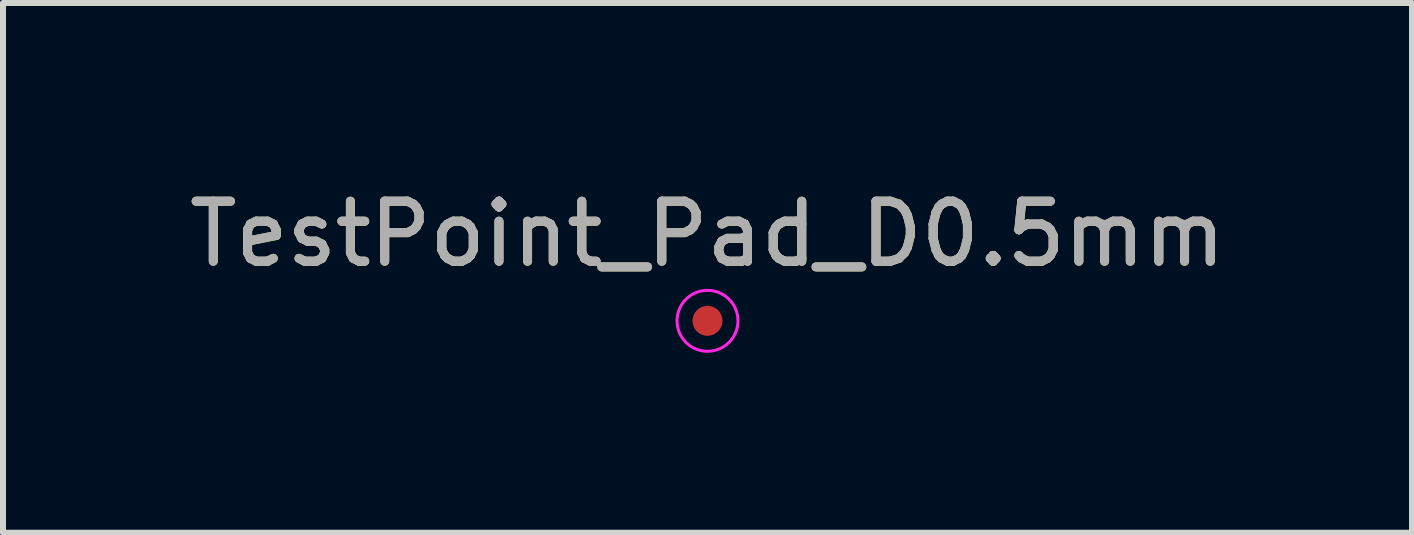
<source format=kicad_pcb>
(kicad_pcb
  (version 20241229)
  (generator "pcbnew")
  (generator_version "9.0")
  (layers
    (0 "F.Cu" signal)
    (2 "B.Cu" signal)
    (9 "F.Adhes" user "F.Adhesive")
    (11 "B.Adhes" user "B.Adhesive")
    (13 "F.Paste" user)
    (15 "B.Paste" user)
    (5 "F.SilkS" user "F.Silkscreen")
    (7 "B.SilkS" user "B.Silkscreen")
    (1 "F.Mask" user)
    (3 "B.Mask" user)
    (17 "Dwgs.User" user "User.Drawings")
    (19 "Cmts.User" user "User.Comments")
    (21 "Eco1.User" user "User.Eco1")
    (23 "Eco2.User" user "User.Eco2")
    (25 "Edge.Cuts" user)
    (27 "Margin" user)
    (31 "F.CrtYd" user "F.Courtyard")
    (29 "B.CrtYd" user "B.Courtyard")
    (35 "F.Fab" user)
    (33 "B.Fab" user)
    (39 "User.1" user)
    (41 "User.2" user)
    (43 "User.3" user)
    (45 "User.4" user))
  (footprint "TestPoint_Pad_D0.5mm"
    (layer "F.Cu")
    (at 8.744 2.298)
    (property "Reference" "TestPoint_Pad_D0.5mm" (at 0 -1.448 0) (layer "F.SilkS") (effects (font (size 1 1) (thickness 0.15))))
    (attr exclude_from_pos_files exclude_from_bom)
    (fp_circle (center 0 0) (end 0.508 0) (stroke (width 0.05) (type solid)) (fill no) (layer "F.CrtYd"))
    (fp_text user "${REFERENCE}" (at 0 -1.45 0) (layer "F.Fab") (effects (font (size 1 1) (thickness 0.15))))
    (pad "1" smd circle (at 0 0) (size 0.5 0.5) (layers "F.Cu" "F.Mask")))
  (gr_rect
    (start -3 -3)
    (end 20.488 5.831)
    (stroke (width 0.1) (type default))
    (fill no)
    (layer "Edge.Cuts")))
</source>
